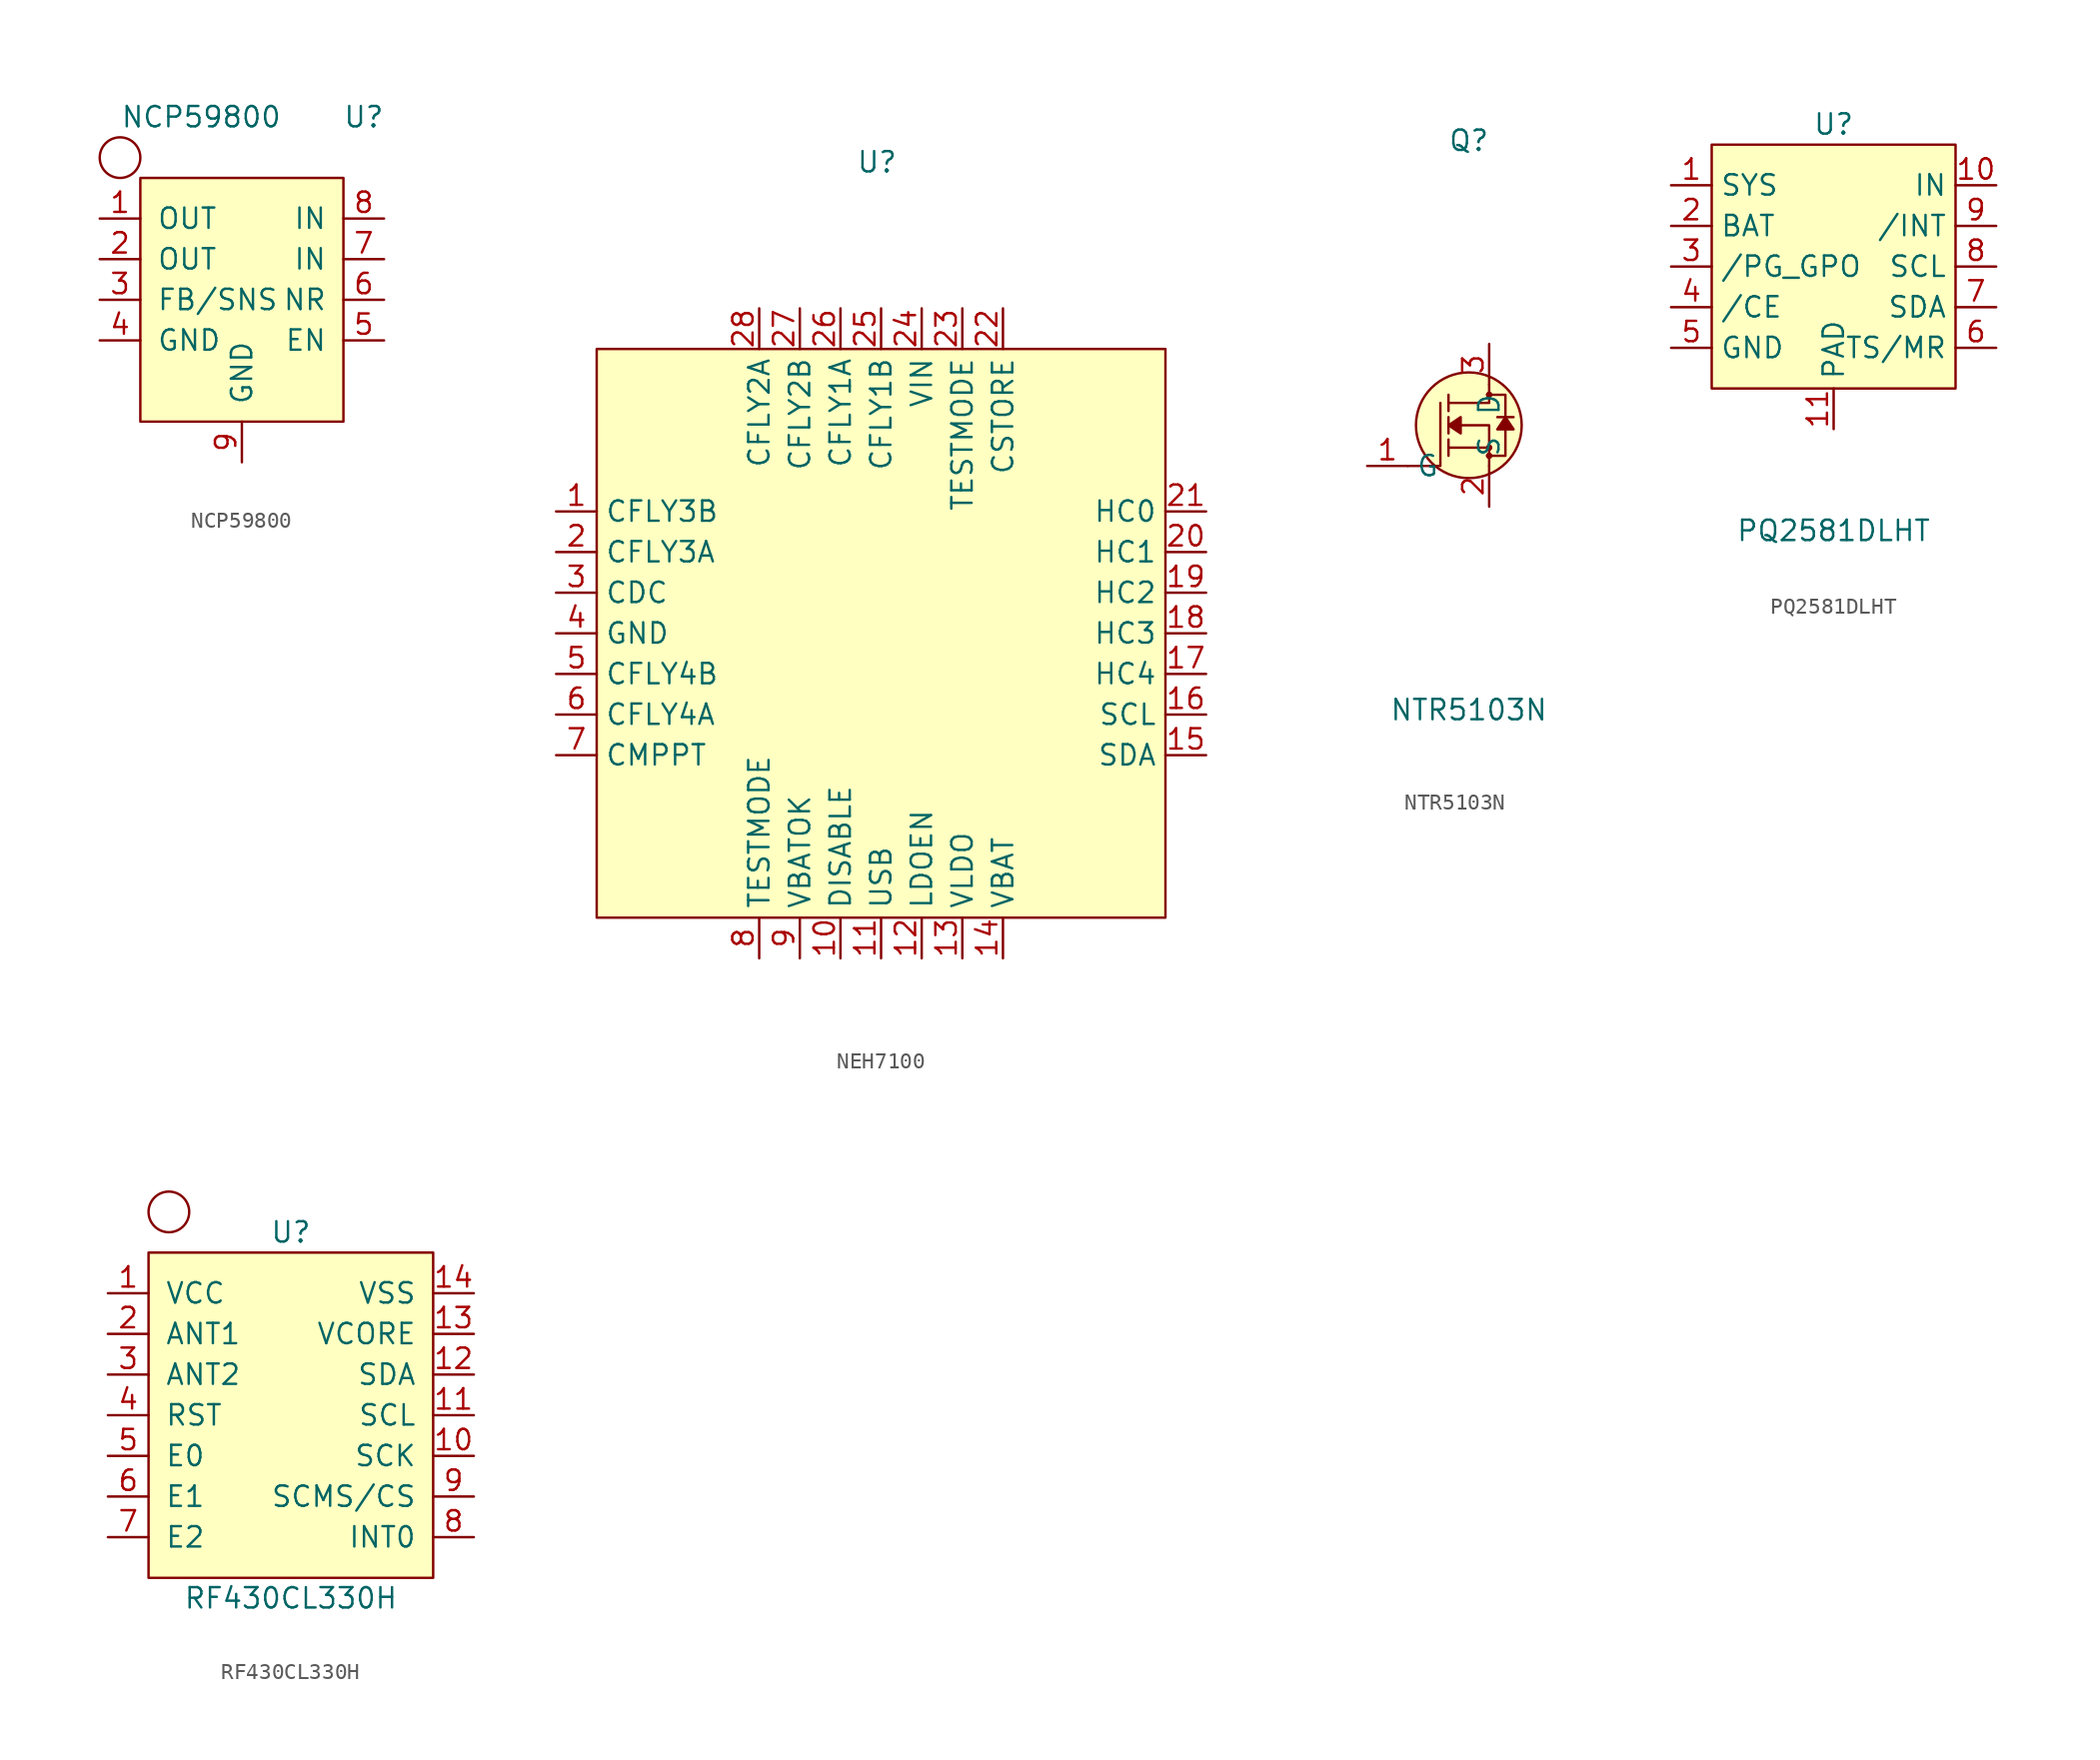
<source format=kicad_sym>
(kicad_symbol_lib
  (version 20231120)
  (generator "kicad_symbol_editor")
  (generator_version "8.0")
  (symbol "NCP59800"
    (pin_names
      (offset 1.016))
    (property "Reference" "U"
      (at 12.7 17.78 0)
      (effects (font (size 1.27 1.27))))
    (property "Value" "NCP59800"
      (at 2.54 17.78 0)
      (effects (font (size 1.27 1.27))))
    (symbol "NCP59800_0_1"
      (circle (center -2.54 15.24) (radius 1.27) (stroke (width 0) (type default)) (fill (type none)))
      (rectangle (start -1.27 13.97) (end 11.43 -1.27) (stroke (width 0) (type default)) (fill (type background))))
    (symbol "NCP59800_1_1"
      (pin output line (at -3.81 11.43 0) (length 2.54) (name "OUT" (effects (font (size 1.27 1.27)))) (number "1" (effects (font (size 1.27 1.27)))))
      (pin output line (at -3.81 8.89 0) (length 2.54) (name "OUT" (effects (font (size 1.27 1.27)))) (number "2" (effects (font (size 1.27 1.27)))))
      (pin output line (at -3.81 6.35 0) (length 2.54) (name "FB/SNS" (effects (font (size 1.27 1.27)))) (number "3" (effects (font (size 1.27 1.27)))))
      (pin output line (at -3.81 3.81 0) (length 2.54) (name "GND" (effects (font (size 1.27 1.27)))) (number "4" (effects (font (size 1.27 1.27)))))
      (pin input line (at 13.97 3.81 180) (length 2.54) (name "EN" (effects (font (size 1.27 1.27)))) (number "5" (effects (font (size 1.27 1.27)))))
      (pin input line (at 13.97 6.35 180) (length 2.54) (name "NR" (effects (font (size 1.27 1.27)))) (number "6" (effects (font (size 1.27 1.27)))))
      (pin input line (at 13.97 8.89 180) (length 2.54) (name "IN" (effects (font (size 1.27 1.27)))) (number "7" (effects (font (size 1.27 1.27)))))
      (pin input line (at 13.97 11.43 180) (length 2.54) (name "IN" (effects (font (size 1.27 1.27)))) (number "8" (effects (font (size 1.27 1.27)))))
      (pin output line (at 5.08 -3.81 90) (length 2.54) (name "GND" (effects (font (size 1.27 1.27)))) (number "9" (effects (font (size 1.27 1.27)))))))
  (symbol "NEH7100"
    (property "Reference" "U"
      (at -0.254 29.464 0)
      (effects (font (size 1.27 1.27))))
    (property "Value" ""
      (at 0 0 0)
      (effects (font (size 1.27 1.27))))
    (symbol "NEH7100_1_1"
      (rectangle (start -17.78 17.78) (end 17.78 -17.78) (stroke (width 0) (type default)) (fill (type background)))
      (pin input line (at -20.32 7.62 0) (length 2.54) (name "CFLY3B" (effects (font (size 1.27 1.27)))) (number "1" (effects (font (size 1.27 1.27)))))
      (pin input line (at -2.54 -20.32 90) (length 2.54) (name "DISABLE" (effects (font (size 1.27 1.27)))) (number "10" (effects (font (size 1.27 1.27)))))
      (pin input line (at 0 -20.32 90) (length 2.54) (name "USB" (effects (font (size 1.27 1.27)))) (number "11" (effects (font (size 1.27 1.27)))))
      (pin input line (at 2.54 -20.32 90) (length 2.54) (name "LDOEN" (effects (font (size 1.27 1.27)))) (number "12" (effects (font (size 1.27 1.27)))))
      (pin input line (at 5.08 -20.32 90) (length 2.54) (name "VLDO" (effects (font (size 1.27 1.27)))) (number "13" (effects (font (size 1.27 1.27)))))
      (pin input line (at 7.62 -20.32 90) (length 2.54) (name "VBAT" (effects (font (size 1.27 1.27)))) (number "14" (effects (font (size 1.27 1.27)))))
      (pin input line (at 20.32 -7.62 180) (length 2.54) (name "SDA" (effects (font (size 1.27 1.27)))) (number "15" (effects (font (size 1.27 1.27)))))
      (pin input line (at 20.32 -5.08 180) (length 2.54) (name "SCL" (effects (font (size 1.27 1.27)))) (number "16" (effects (font (size 1.27 1.27)))))
      (pin input line (at 20.32 -2.54 180) (length 2.54) (name "HC4" (effects (font (size 1.27 1.27)))) (number "17" (effects (font (size 1.27 1.27)))))
      (pin input line (at 20.32 0 180) (length 2.54) (name "HC3" (effects (font (size 1.27 1.27)))) (number "18" (effects (font (size 1.27 1.27)))))
      (pin input line (at 20.32 2.54 180) (length 2.54) (name "HC2" (effects (font (size 1.27 1.27)))) (number "19" (effects (font (size 1.27 1.27)))))
      (pin input line (at -20.32 5.08 0) (length 2.54) (name "CFLY3A" (effects (font (size 1.27 1.27)))) (number "2" (effects (font (size 1.27 1.27)))))
      (pin input line (at 20.32 5.08 180) (length 2.54) (name "HC1" (effects (font (size 1.27 1.27)))) (number "20" (effects (font (size 1.27 1.27)))))
      (pin input line (at 20.32 7.62 180) (length 2.54) (name "HC0" (effects (font (size 1.27 1.27)))) (number "21" (effects (font (size 1.27 1.27)))))
      (pin input line (at 7.62 20.32 270) (length 2.54) (name "CSTORE" (effects (font (size 1.27 1.27)))) (number "22" (effects (font (size 1.27 1.27)))))
      (pin input line (at 5.08 20.32 270) (length 2.54) (name "TESTMODE" (effects (font (size 1.27 1.27)))) (number "23" (effects (font (size 1.27 1.27)))))
      (pin input line (at 2.54 20.32 270) (length 2.54) (name "VIN" (effects (font (size 1.27 1.27)))) (number "24" (effects (font (size 1.27 1.27)))))
      (pin input line (at 0 20.32 270) (length 2.54) (name "CFLY1B" (effects (font (size 1.27 1.27)))) (number "25" (effects (font (size 1.27 1.27)))))
      (pin input line (at -2.54 20.32 270) (length 2.54) (name "CFLY1A" (effects (font (size 1.27 1.27)))) (number "26" (effects (font (size 1.27 1.27)))))
      (pin input line (at -5.08 20.32 270) (length 2.54) (name "CFLY2B" (effects (font (size 1.27 1.27)))) (number "27" (effects (font (size 1.27 1.27)))))
      (pin input line (at -7.62 20.32 270) (length 2.54) (name "CFLY2A" (effects (font (size 1.27 1.27)))) (number "28" (effects (font (size 1.27 1.27)))))
      (pin input line (at -20.32 2.54 0) (length 2.54) (name "CDC" (effects (font (size 1.27 1.27)))) (number "3" (effects (font (size 1.27 1.27)))))
      (pin input line (at -20.32 0 0) (length 2.54) (name "GND" (effects (font (size 1.27 1.27)))) (number "4" (effects (font (size 1.27 1.27)))))
      (pin input line (at -20.32 -2.54 0) (length 2.54) (name "CFLY4B" (effects (font (size 1.27 1.27)))) (number "5" (effects (font (size 1.27 1.27)))))
      (pin input line (at -20.32 -5.08 0) (length 2.54) (name "CFLY4A" (effects (font (size 1.27 1.27)))) (number "6" (effects (font (size 1.27 1.27)))))
      (pin input line (at -20.32 -7.62 0) (length 2.54) (name "CMPPT" (effects (font (size 1.27 1.27)))) (number "7" (effects (font (size 1.27 1.27)))))
      (pin input line (at -7.62 -20.32 90) (length 2.54) (name "TESTMODE" (effects (font (size 1.27 1.27)))) (number "8" (effects (font (size 1.27 1.27)))))
      (pin input line (at -5.08 -20.32 90) (length 2.54) (name "VBATOK" (effects (font (size 1.27 1.27)))) (number "9" (effects (font (size 1.27 1.27)))))))
  (symbol "NTR5103N"
    (property "Reference" "Q"
      (at 0 17.78 0)
      (effects (font (size 1.27 1.27))))
    (property "Value" "NTR5103N"
      (at 0 -17.78 0)
      (effects (font (size 1.27 1.27))))
    (symbol "NTR5103N_0_1"
      (polyline (pts (xy 1.27 -1.397) (xy -1.27 -1.397)) (stroke (width 0) (type default)) (fill (type none)))
      (polyline (pts (xy -3.81 -2.54) (xy -1.778 -2.54) (xy -1.778 1.397)) (stroke (width 0) (type default)) (fill (type none)))
      (polyline (pts (xy 1.27 -2.54) (xy 1.27 0) (xy -1.27 0)) (stroke (width 0) (type default)) (fill (type none)))
      (polyline (pts (xy 1.27 2.54) (xy 1.27 1.397) (xy -1.27 1.397)) (stroke (width 0) (type default)) (fill (type none)))
      (polyline (pts (xy 1.143 -1.905) (xy 2.286 -1.905) (xy 2.286 1.397) (xy 2.286 1.905) (xy 1.143 1.905)) (stroke (width 0) (type default)) (fill (type none)))
      (circle (center 0 0) (radius 3.302) (stroke (width 0) (type default)) (fill (type background)))
      (circle (center 1.27 -1.905) (radius 0.127) (stroke (width 0) (type default)) (fill (type none)))
      (circle (center 1.27 -1.397) (radius 0.127) (stroke (width 0) (type default)) (fill (type none)))
      (circle (center 1.27 1.905) (radius 0.127) (stroke (width 0) (type default)) (fill (type none))))
    (symbol "NTR5103N_1_1"
      (polyline (pts (xy -1.27 -1.397) (xy -1.27 -1.905)) (stroke (width 0) (type default)) (fill (type none)))
      (polyline (pts (xy -1.27 -1.397) (xy -1.27 -0.889)) (stroke (width 0) (type default)) (fill (type none)))
      (polyline (pts (xy -1.27 0) (xy -1.27 -0.508)) (stroke (width 0) (type default)) (fill (type none)))
      (polyline (pts (xy -1.27 0) (xy -1.27 0.508)) (stroke (width 0) (type default)) (fill (type none)))
      (polyline (pts (xy -1.27 1.905) (xy -1.27 0.889)) (stroke (width 0) (type default)) (fill (type none)))
      (polyline (pts (xy 2.794 0.508) (xy 1.778 0.508)) (stroke (width 0) (type default)) (fill (type none)))
      (polyline (pts (xy -1.27 0) (xy -0.508 0.508) (xy -0.508 -0.508) (xy -1.27 0)) (stroke (width 0) (type default)) (fill (type outline)))
      (polyline (pts (xy 2.286 0.508) (xy 1.778 -0.254) (xy 2.794 -0.254) (xy 2.286 0.508)) (stroke (width 0) (type default)) (fill (type outline)))
      (pin bidirectional line (at -6.35 -2.54 0) (length 2.54) (name "G" (effects (font (size 1.27 1.27)))) (number "1" (effects (font (size 1.27 1.27)))))
      (pin bidirectional line (at 1.27 -5.08 90) (length 2.54) (name "S" (effects (font (size 1.27 1.27)))) (number "2" (effects (font (size 1.27 1.27)))))
      (pin bidirectional line (at 1.27 5.08 270) (length 2.54) (name "D" (effects (font (size 1.27 1.27)))) (number "3" (effects (font (size 1.27 1.27)))))))
  (symbol "PQ2581DLHT"
    (property "Reference" "U"
      (at 0 11.43 0)
      (effects (font (size 1.27 1.27))))
    (property "Value" "PQ2581DLHT"
      (at 0 -13.97 0)
      (effects (font (size 1.27 1.27))))
    (symbol "PQ2581DLHT_0_1"
      (rectangle (start 7.62 10.16) (end -7.62 -5.08) (stroke (width 0.152) (type default)) (fill (type background))))
    (symbol "PQ2581DLHT_1_1"
      (pin input line (at -10.16 7.62 0) (length 2.54) (name "SYS" (effects (font (size 1.27 1.27)))) (number "1" (effects (font (size 1.27 1.27)))))
      (pin input line (at 10.16 7.62 180) (length 2.54) (name "IN" (effects (font (size 1.27 1.27)))) (number "10" (effects (font (size 1.27 1.27)))))
      (pin input line (at 0 -7.62 90) (length 2.54) (name "PAD" (effects (font (size 1.27 1.27)))) (number "11" (effects (font (size 1.27 1.27)))))
      (pin input line (at -10.16 5.08 0) (length 2.54) (name "BAT" (effects (font (size 1.27 1.27)))) (number "2" (effects (font (size 1.27 1.27)))))
      (pin input line (at -10.16 2.54 0) (length 2.54) (name "/PG_GPO" (effects (font (size 1.27 1.27)))) (number "3" (effects (font (size 1.27 1.27)))))
      (pin input line (at -10.16 0 0) (length 2.54) (name "/CE" (effects (font (size 1.27 1.27)))) (number "4" (effects (font (size 1.27 1.27)))))
      (pin input line (at -10.16 -2.54 0) (length 2.54) (name "GND" (effects (font (size 1.27 1.27)))) (number "5" (effects (font (size 1.27 1.27)))))
      (pin input line (at 10.16 -2.54 180) (length 2.54) (name "TS/MR" (effects (font (size 1.27 1.27)))) (number "6" (effects (font (size 1.27 1.27)))))
      (pin input line (at 10.16 0 180) (length 2.54) (name "SDA" (effects (font (size 1.27 1.27)))) (number "7" (effects (font (size 1.27 1.27)))))
      (pin input line (at 10.16 2.54 180) (length 2.54) (name "SCL" (effects (font (size 1.27 1.27)))) (number "8" (effects (font (size 1.27 1.27)))))
      (pin input line (at 10.16 5.08 180) (length 2.54) (name "/INT" (effects (font (size 1.27 1.27)))) (number "9" (effects (font (size 1.27 1.27)))))))
  (symbol "RF430CL330H"
    (pin_names
      (offset 1.016))
    (property "Reference" "U"
      (at 0 12.7 0)
      (effects (font (size 1.27 1.27))))
    (property "Value" "RF430CL330H"
      (at 0 -10.16 0)
      (effects (font (size 1.27 1.27))))
    (symbol "RF430CL330H_0_1"
      (rectangle (start -8.89 11.43) (end 8.89 -8.89) (stroke (width 0) (type default)) (fill (type background)))
      (circle (center -7.62 13.97) (radius 1.27) (stroke (width 0) (type default)) (fill (type none))))
    (symbol "RF430CL330H_1_1"
      (pin input line (at -11.43 8.89 0) (length 2.54) (name "VCC" (effects (font (size 1.27 1.27)))) (number "1" (effects (font (size 1.27 1.27)))))
      (pin input line (at 11.43 -1.27 180) (length 2.54) (name "SCK" (effects (font (size 1.27 1.27)))) (number "10" (effects (font (size 1.27 1.27)))))
      (pin input line (at 11.43 1.27 180) (length 2.54) (name "SCL" (effects (font (size 1.27 1.27)))) (number "11" (effects (font (size 1.27 1.27)))))
      (pin input line (at 11.43 3.81 180) (length 2.54) (name "SDA" (effects (font (size 1.27 1.27)))) (number "12" (effects (font (size 1.27 1.27)))))
      (pin input line (at 11.43 6.35 180) (length 2.54) (name "VCORE" (effects (font (size 1.27 1.27)))) (number "13" (effects (font (size 1.27 1.27)))))
      (pin input line (at 11.43 8.89 180) (length 2.54) (name "VSS" (effects (font (size 1.27 1.27)))) (number "14" (effects (font (size 1.27 1.27)))))
      (pin input line (at -11.43 6.35 0) (length 2.54) (name "ANT1" (effects (font (size 1.27 1.27)))) (number "2" (effects (font (size 1.27 1.27)))))
      (pin input line (at -11.43 3.81 0) (length 2.54) (name "ANT2" (effects (font (size 1.27 1.27)))) (number "3" (effects (font (size 1.27 1.27)))))
      (pin input line (at -11.43 1.27 0) (length 2.54) (name "RST" (effects (font (size 1.27 1.27)))) (number "4" (effects (font (size 1.27 1.27)))))
      (pin input line (at -11.43 -1.27 0) (length 2.54) (name "E0" (effects (font (size 1.27 1.27)))) (number "5" (effects (font (size 1.27 1.27)))))
      (pin input line (at -11.43 -3.81 0) (length 2.54) (name "E1" (effects (font (size 1.27 1.27)))) (number "6" (effects (font (size 1.27 1.27)))))
      (pin input line (at -11.43 -6.35 0) (length 2.54) (name "E2" (effects (font (size 1.27 1.27)))) (number "7" (effects (font (size 1.27 1.27)))))
      (pin input line (at 11.43 -6.35 180) (length 2.54) (name "INT0" (effects (font (size 1.27 1.27)))) (number "8" (effects (font (size 1.27 1.27)))))
      (pin input line (at 11.43 -3.81 180) (length 2.54) (name "SCMS/CS" (effects (font (size 1.27 1.27)))) (number "9" (effects (font (size 1.27 1.27))))))))
</source>
